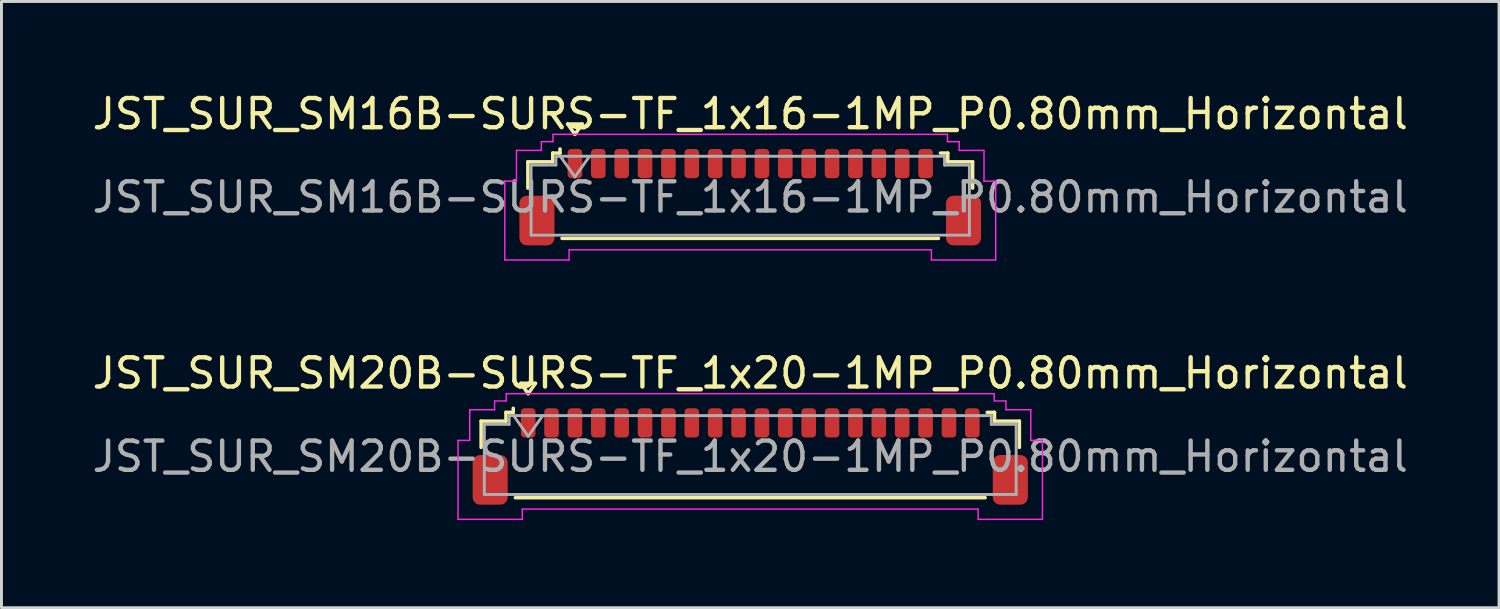
<source format=kicad_pcb>
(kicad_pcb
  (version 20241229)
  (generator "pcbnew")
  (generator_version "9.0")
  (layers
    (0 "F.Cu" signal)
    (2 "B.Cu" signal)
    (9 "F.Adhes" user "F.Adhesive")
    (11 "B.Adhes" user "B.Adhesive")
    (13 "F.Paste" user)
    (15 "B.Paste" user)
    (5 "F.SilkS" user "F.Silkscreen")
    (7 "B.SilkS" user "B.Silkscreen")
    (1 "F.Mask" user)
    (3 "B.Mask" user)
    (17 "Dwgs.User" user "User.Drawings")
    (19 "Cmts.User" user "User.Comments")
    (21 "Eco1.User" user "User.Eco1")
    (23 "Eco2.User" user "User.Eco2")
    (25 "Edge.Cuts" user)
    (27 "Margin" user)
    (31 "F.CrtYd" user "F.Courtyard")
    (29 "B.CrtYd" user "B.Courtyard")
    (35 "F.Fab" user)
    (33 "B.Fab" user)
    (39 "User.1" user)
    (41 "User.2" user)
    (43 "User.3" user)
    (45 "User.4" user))
  (footprint "JST_SUR_SM20B-SURS-TF_1x20-1MP_P0.80mm_Horizontal"
    (layer "F.Cu")
    (at 22.625 12.572)
    (property "Reference" "JST_SUR_SM20B-SURS-TF_1x20-1MP_P0.80mm_Horizontal" (at 0 -2.85 0) (layer "F.SilkS") (effects (font (size 1 1) (thickness 0.15))))
    (attr smd)
    (fp_line (start -9.21 -1.21) (end -8.36 -1.21) (stroke (width 0.12) (type solid)) (layer "F.SilkS"))
    (fp_line (start -9.21 -0.31) (end -9.21 -1.21) (stroke (width 0.12) (type solid)) (layer "F.SilkS"))
    (fp_line (start -8.36 -1.51) (end -8.11 -1.51) (stroke (width 0.12) (type solid)) (layer "F.SilkS"))
    (fp_line (start -8.36 -1.21) (end -8.36 -1.51) (stroke (width 0.12) (type solid)) (layer "F.SilkS"))
    (fp_line (start -8.11 -1.51) (end -8.11 -1.65) (stroke (width 0.12) (type solid)) (layer "F.SilkS"))
    (fp_line (start -8.04 1.41) (end 8.04 1.41) (stroke (width 0.12) (type solid)) (layer "F.SilkS"))
    (fp_line (start -7.85 -2.504) (end -7.6 -2.15) (stroke (width 0.12) (type solid)) (layer "F.SilkS"))
    (fp_line (start -7.6 -2.15) (end -7.35 -2.504) (stroke (width 0.12) (type solid)) (layer "F.SilkS"))
    (fp_line (start -7.35 -2.504) (end -7.85 -2.504) (stroke (width 0.12) (type solid)) (layer "F.SilkS"))
    (fp_line (start 8.36 -1.51) (end 8.11 -1.51) (stroke (width 0.12) (type solid)) (layer "F.SilkS"))
    (fp_line (start 8.36 -1.21) (end 8.36 -1.51) (stroke (width 0.12) (type solid)) (layer "F.SilkS"))
    (fp_line (start 9.21 -1.21) (end 8.36 -1.21) (stroke (width 0.12) (type solid)) (layer "F.SilkS"))
    (fp_line (start 9.21 -0.31) (end 9.21 -1.21) (stroke (width 0.12) (type solid)) (layer "F.SilkS"))
    (fp_line (start -10 -0.55) (end -9.6 -0.55) (stroke (width 0.05) (type solid)) (layer "F.CrtYd"))
    (fp_line (start -10 2.15) (end -10 -0.55) (stroke (width 0.05) (type solid)) (layer "F.CrtYd"))
    (fp_line (start -9.6 -1.6) (end -8.75 -1.6) (stroke (width 0.05) (type solid)) (layer "F.CrtYd"))
    (fp_line (start -9.6 -0.55) (end -9.6 -1.6) (stroke (width 0.05) (type solid)) (layer "F.CrtYd"))
    (fp_line (start -8.75 -1.9) (end -8.35 -1.9) (stroke (width 0.05) (type solid)) (layer "F.CrtYd"))
    (fp_line (start -8.75 -1.6) (end -8.75 -1.9) (stroke (width 0.05) (type solid)) (layer "F.CrtYd"))
    (fp_line (start -8.35 -2.15) (end 8.35 -2.15) (stroke (width 0.05) (type solid)) (layer "F.CrtYd"))
    (fp_line (start -8.35 -1.9) (end -8.35 -2.15) (stroke (width 0.05) (type solid)) (layer "F.CrtYd"))
    (fp_line (start -7.8 1.8) (end -7.8 2.15) (stroke (width 0.05) (type solid)) (layer "F.CrtYd"))
    (fp_line (start -7.8 2.15) (end -10 2.15) (stroke (width 0.05) (type solid)) (layer "F.CrtYd"))
    (fp_line (start 7.8 1.8) (end -7.8 1.8) (stroke (width 0.05) (type solid)) (layer "F.CrtYd"))
    (fp_line (start 7.8 2.15) (end 7.8 1.8) (stroke (width 0.05) (type solid)) (layer "F.CrtYd"))
    (fp_line (start 8.35 -2.15) (end 8.35 -1.9) (stroke (width 0.05) (type solid)) (layer "F.CrtYd"))
    (fp_line (start 8.35 -1.9) (end 8.75 -1.9) (stroke (width 0.05) (type solid)) (layer "F.CrtYd"))
    (fp_line (start 8.75 -1.9) (end 8.75 -1.6) (stroke (width 0.05) (type solid)) (layer "F.CrtYd"))
    (fp_line (start 8.75 -1.6) (end 9.6 -1.6) (stroke (width 0.05) (type solid)) (layer "F.CrtYd"))
    (fp_line (start 9.6 -1.6) (end 9.6 -0.55) (stroke (width 0.05) (type solid)) (layer "F.CrtYd"))
    (fp_line (start 9.6 -0.55) (end 10 -0.55) (stroke (width 0.05) (type solid)) (layer "F.CrtYd"))
    (fp_line (start 10 -0.55) (end 10 2.15) (stroke (width 0.05) (type solid)) (layer "F.CrtYd"))
    (fp_line (start 10 2.15) (end 7.8 2.15) (stroke (width 0.05) (type solid)) (layer "F.CrtYd"))
    (fp_line (start -9.1 -1.1) (end -9.1 1.3) (stroke (width 0.1) (type solid)) (layer "F.Fab"))
    (fp_line (start -9.1 -1.1) (end -8.25 -1.1) (stroke (width 0.1) (type solid)) (layer "F.Fab"))
    (fp_line (start -9.1 1.3) (end 9.1 1.3) (stroke (width 0.1) (type solid)) (layer "F.Fab"))
    (fp_line (start -8.25 -1.4) (end 8.25 -1.4) (stroke (width 0.1) (type solid)) (layer "F.Fab"))
    (fp_line (start -8.25 -1.1) (end -8.25 -1.4) (stroke (width 0.1) (type solid)) (layer "F.Fab"))
    (fp_line (start -8.1 -1.4) (end -7.6 -0.693) (stroke (width 0.1) (type solid)) (layer "F.Fab"))
    (fp_line (start -7.6 -0.693) (end -7.1 -1.4) (stroke (width 0.1) (type solid)) (layer "F.Fab"))
    (fp_line (start 8.25 -1.4) (end 8.25 -1.1) (stroke (width 0.1) (type solid)) (layer "F.Fab"))
    (fp_line (start 8.25 -1.1) (end 9.1 -1.1) (stroke (width 0.1) (type solid)) (layer "F.Fab"))
    (fp_line (start 9.1 -1.1) (end 9.1 1.3) (stroke (width 0.1) (type solid)) (layer "F.Fab"))
    (fp_text user "${REFERENCE}" (at 0 0 0) (layer "F.Fab") (effects (font (size 1 1) (thickness 0.15))))
    (pad "1" smd roundrect (at -7.6 -1.15) (size 0.5 1) (layers "F.Cu" "F.Mask" "F.Paste") (roundrect_rratio 0.25))
    (pad "2" smd roundrect (at -6.8 -1.15) (size 0.5 1) (layers "F.Cu" "F.Mask" "F.Paste") (roundrect_rratio 0.25))
    (pad "3" smd roundrect (at -6 -1.15) (size 0.5 1) (layers "F.Cu" "F.Mask" "F.Paste") (roundrect_rratio 0.25))
    (pad "4" smd roundrect (at -5.2 -1.15) (size 0.5 1) (layers "F.Cu" "F.Mask" "F.Paste") (roundrect_rratio 0.25))
    (pad "5" smd roundrect (at -4.4 -1.15) (size 0.5 1) (layers "F.Cu" "F.Mask" "F.Paste") (roundrect_rratio 0.25))
    (pad "6" smd roundrect (at -3.6 -1.15) (size 0.5 1) (layers "F.Cu" "F.Mask" "F.Paste") (roundrect_rratio 0.25))
    (pad "7" smd roundrect (at -2.8 -1.15) (size 0.5 1) (layers "F.Cu" "F.Mask" "F.Paste") (roundrect_rratio 0.25))
    (pad "8" smd roundrect (at -2 -1.15) (size 0.5 1) (layers "F.Cu" "F.Mask" "F.Paste") (roundrect_rratio 0.25))
    (pad "9" smd roundrect (at -1.2 -1.15) (size 0.5 1) (layers "F.Cu" "F.Mask" "F.Paste") (roundrect_rratio 0.25))
    (pad "10" smd roundrect (at -0.4 -1.15) (size 0.5 1) (layers "F.Cu" "F.Mask" "F.Paste") (roundrect_rratio 0.25))
    (pad "11" smd roundrect (at 0.4 -1.15) (size 0.5 1) (layers "F.Cu" "F.Mask" "F.Paste") (roundrect_rratio 0.25))
    (pad "12" smd roundrect (at 1.2 -1.15) (size 0.5 1) (layers "F.Cu" "F.Mask" "F.Paste") (roundrect_rratio 0.25))
    (pad "13" smd roundrect (at 2 -1.15) (size 0.5 1) (layers "F.Cu" "F.Mask" "F.Paste") (roundrect_rratio 0.25))
    (pad "14" smd roundrect (at 2.8 -1.15) (size 0.5 1) (layers "F.Cu" "F.Mask" "F.Paste") (roundrect_rratio 0.25))
    (pad "15" smd roundrect (at 3.6 -1.15) (size 0.5 1) (layers "F.Cu" "F.Mask" "F.Paste") (roundrect_rratio 0.25))
    (pad "16" smd roundrect (at 4.4 -1.15) (size 0.5 1) (layers "F.Cu" "F.Mask" "F.Paste") (roundrect_rratio 0.25))
    (pad "17" smd roundrect (at 5.2 -1.15) (size 0.5 1) (layers "F.Cu" "F.Mask" "F.Paste") (roundrect_rratio 0.25))
    (pad "18" smd roundrect (at 6 -1.15) (size 0.5 1) (layers "F.Cu" "F.Mask" "F.Paste") (roundrect_rratio 0.25))
    (pad "19" smd roundrect (at 6.8 -1.15) (size 0.5 1) (layers "F.Cu" "F.Mask" "F.Paste") (roundrect_rratio 0.25))
    (pad "20" smd roundrect (at 7.6 -1.15) (size 0.5 1) (layers "F.Cu" "F.Mask" "F.Paste") (roundrect_rratio 0.25))
    (pad "MP" smd roundrect (at -8.9 0.8) (size 1.2 1.7) (layers "F.Cu" "F.Mask" "F.Paste") (roundrect_rratio 0.208))
    (pad "MP" smd roundrect (at 8.9 0.8) (size 1.2 1.7) (layers "F.Cu" "F.Mask" "F.Paste") (roundrect_rratio 0.208)))
  (footprint "JST_SUR_SM16B-SURS-TF_1x16-1MP_P0.80mm_Horizontal"
    (layer "F.Cu")
    (at 22.625 3.698)
    (property "Reference" "JST_SUR_SM16B-SURS-TF_1x16-1MP_P0.80mm_Horizontal" (at 0 -2.85 0) (layer "F.SilkS") (effects (font (size 1 1) (thickness 0.15))))
    (attr smd)
    (fp_line (start -7.61 -1.21) (end -6.76 -1.21) (stroke (width 0.12) (type solid)) (layer "F.SilkS"))
    (fp_line (start -7.61 -0.31) (end -7.61 -1.21) (stroke (width 0.12) (type solid)) (layer "F.SilkS"))
    (fp_line (start -6.76 -1.51) (end -6.51 -1.51) (stroke (width 0.12) (type solid)) (layer "F.SilkS"))
    (fp_line (start -6.76 -1.21) (end -6.76 -1.51) (stroke (width 0.12) (type solid)) (layer "F.SilkS"))
    (fp_line (start -6.51 -1.51) (end -6.51 -1.65) (stroke (width 0.12) (type solid)) (layer "F.SilkS"))
    (fp_line (start -6.44 1.41) (end 6.44 1.41) (stroke (width 0.12) (type solid)) (layer "F.SilkS"))
    (fp_line (start -6.25 -2.504) (end -6 -2.15) (stroke (width 0.12) (type solid)) (layer "F.SilkS"))
    (fp_line (start -6 -2.15) (end -5.75 -2.504) (stroke (width 0.12) (type solid)) (layer "F.SilkS"))
    (fp_line (start -5.75 -2.504) (end -6.25 -2.504) (stroke (width 0.12) (type solid)) (layer "F.SilkS"))
    (fp_line (start 6.76 -1.51) (end 6.51 -1.51) (stroke (width 0.12) (type solid)) (layer "F.SilkS"))
    (fp_line (start 6.76 -1.21) (end 6.76 -1.51) (stroke (width 0.12) (type solid)) (layer "F.SilkS"))
    (fp_line (start 7.61 -1.21) (end 6.76 -1.21) (stroke (width 0.12) (type solid)) (layer "F.SilkS"))
    (fp_line (start 7.61 -0.31) (end 7.61 -1.21) (stroke (width 0.12) (type solid)) (layer "F.SilkS"))
    (fp_line (start -8.4 -0.55) (end -8 -0.55) (stroke (width 0.05) (type solid)) (layer "F.CrtYd"))
    (fp_line (start -8.4 2.15) (end -8.4 -0.55) (stroke (width 0.05) (type solid)) (layer "F.CrtYd"))
    (fp_line (start -8 -1.6) (end -7.15 -1.6) (stroke (width 0.05) (type solid)) (layer "F.CrtYd"))
    (fp_line (start -8 -0.55) (end -8 -1.6) (stroke (width 0.05) (type solid)) (layer "F.CrtYd"))
    (fp_line (start -7.15 -1.9) (end -6.75 -1.9) (stroke (width 0.05) (type solid)) (layer "F.CrtYd"))
    (fp_line (start -7.15 -1.6) (end -7.15 -1.9) (stroke (width 0.05) (type solid)) (layer "F.CrtYd"))
    (fp_line (start -6.75 -2.15) (end 6.75 -2.15) (stroke (width 0.05) (type solid)) (layer "F.CrtYd"))
    (fp_line (start -6.75 -1.9) (end -6.75 -2.15) (stroke (width 0.05) (type solid)) (layer "F.CrtYd"))
    (fp_line (start -6.2 1.8) (end -6.2 2.15) (stroke (width 0.05) (type solid)) (layer "F.CrtYd"))
    (fp_line (start -6.2 2.15) (end -8.4 2.15) (stroke (width 0.05) (type solid)) (layer "F.CrtYd"))
    (fp_line (start 6.2 1.8) (end -6.2 1.8) (stroke (width 0.05) (type solid)) (layer "F.CrtYd"))
    (fp_line (start 6.2 2.15) (end 6.2 1.8) (stroke (width 0.05) (type solid)) (layer "F.CrtYd"))
    (fp_line (start 6.75 -2.15) (end 6.75 -1.9) (stroke (width 0.05) (type solid)) (layer "F.CrtYd"))
    (fp_line (start 6.75 -1.9) (end 7.15 -1.9) (stroke (width 0.05) (type solid)) (layer "F.CrtYd"))
    (fp_line (start 7.15 -1.9) (end 7.15 -1.6) (stroke (width 0.05) (type solid)) (layer "F.CrtYd"))
    (fp_line (start 7.15 -1.6) (end 8 -1.6) (stroke (width 0.05) (type solid)) (layer "F.CrtYd"))
    (fp_line (start 8 -1.6) (end 8 -0.55) (stroke (width 0.05) (type solid)) (layer "F.CrtYd"))
    (fp_line (start 8 -0.55) (end 8.4 -0.55) (stroke (width 0.05) (type solid)) (layer "F.CrtYd"))
    (fp_line (start 8.4 -0.55) (end 8.4 2.15) (stroke (width 0.05) (type solid)) (layer "F.CrtYd"))
    (fp_line (start 8.4 2.15) (end 6.2 2.15) (stroke (width 0.05) (type solid)) (layer "F.CrtYd"))
    (fp_line (start -7.5 -1.1) (end -7.5 1.3) (stroke (width 0.1) (type solid)) (layer "F.Fab"))
    (fp_line (start -7.5 -1.1) (end -6.65 -1.1) (stroke (width 0.1) (type solid)) (layer "F.Fab"))
    (fp_line (start -7.5 1.3) (end 7.5 1.3) (stroke (width 0.1) (type solid)) (layer "F.Fab"))
    (fp_line (start -6.65 -1.4) (end 6.65 -1.4) (stroke (width 0.1) (type solid)) (layer "F.Fab"))
    (fp_line (start -6.65 -1.1) (end -6.65 -1.4) (stroke (width 0.1) (type solid)) (layer "F.Fab"))
    (fp_line (start -6.5 -1.4) (end -6 -0.693) (stroke (width 0.1) (type solid)) (layer "F.Fab"))
    (fp_line (start -6 -0.693) (end -5.5 -1.4) (stroke (width 0.1) (type solid)) (layer "F.Fab"))
    (fp_line (start 6.65 -1.4) (end 6.65 -1.1) (stroke (width 0.1) (type solid)) (layer "F.Fab"))
    (fp_line (start 6.65 -1.1) (end 7.5 -1.1) (stroke (width 0.1) (type solid)) (layer "F.Fab"))
    (fp_line (start 7.5 -1.1) (end 7.5 1.3) (stroke (width 0.1) (type solid)) (layer "F.Fab"))
    (fp_text user "${REFERENCE}" (at 0 0 0) (layer "F.Fab") (effects (font (size 1 1) (thickness 0.15))))
    (pad "1" smd roundrect (at -6 -1.15) (size 0.5 1) (layers "F.Cu" "F.Mask" "F.Paste") (roundrect_rratio 0.25))
    (pad "2" smd roundrect (at -5.2 -1.15) (size 0.5 1) (layers "F.Cu" "F.Mask" "F.Paste") (roundrect_rratio 0.25))
    (pad "3" smd roundrect (at -4.4 -1.15) (size 0.5 1) (layers "F.Cu" "F.Mask" "F.Paste") (roundrect_rratio 0.25))
    (pad "4" smd roundrect (at -3.6 -1.15) (size 0.5 1) (layers "F.Cu" "F.Mask" "F.Paste") (roundrect_rratio 0.25))
    (pad "5" smd roundrect (at -2.8 -1.15) (size 0.5 1) (layers "F.Cu" "F.Mask" "F.Paste") (roundrect_rratio 0.25))
    (pad "6" smd roundrect (at -2 -1.15) (size 0.5 1) (layers "F.Cu" "F.Mask" "F.Paste") (roundrect_rratio 0.25))
    (pad "7" smd roundrect (at -1.2 -1.15) (size 0.5 1) (layers "F.Cu" "F.Mask" "F.Paste") (roundrect_rratio 0.25))
    (pad "8" smd roundrect (at -0.4 -1.15) (size 0.5 1) (layers "F.Cu" "F.Mask" "F.Paste") (roundrect_rratio 0.25))
    (pad "9" smd roundrect (at 0.4 -1.15) (size 0.5 1) (layers "F.Cu" "F.Mask" "F.Paste") (roundrect_rratio 0.25))
    (pad "10" smd roundrect (at 1.2 -1.15) (size 0.5 1) (layers "F.Cu" "F.Mask" "F.Paste") (roundrect_rratio 0.25))
    (pad "11" smd roundrect (at 2 -1.15) (size 0.5 1) (layers "F.Cu" "F.Mask" "F.Paste") (roundrect_rratio 0.25))
    (pad "12" smd roundrect (at 2.8 -1.15) (size 0.5 1) (layers "F.Cu" "F.Mask" "F.Paste") (roundrect_rratio 0.25))
    (pad "13" smd roundrect (at 3.6 -1.15) (size 0.5 1) (layers "F.Cu" "F.Mask" "F.Paste") (roundrect_rratio 0.25))
    (pad "14" smd roundrect (at 4.4 -1.15) (size 0.5 1) (layers "F.Cu" "F.Mask" "F.Paste") (roundrect_rratio 0.25))
    (pad "15" smd roundrect (at 5.2 -1.15) (size 0.5 1) (layers "F.Cu" "F.Mask" "F.Paste") (roundrect_rratio 0.25))
    (pad "16" smd roundrect (at 6 -1.15) (size 0.5 1) (layers "F.Cu" "F.Mask" "F.Paste") (roundrect_rratio 0.25))
    (pad "MP" smd roundrect (at -7.3 0.8) (size 1.2 1.7) (layers "F.Cu" "F.Mask" "F.Paste") (roundrect_rratio 0.208))
    (pad "MP" smd roundrect (at 7.3 0.8) (size 1.2 1.7) (layers "F.Cu" "F.Mask" "F.Paste") (roundrect_rratio 0.208)))
  (gr_rect
    (start -3 -3)
    (end 48.25 17.747)
    (stroke (width 0.1) (type default))
    (fill no)
    (layer "Edge.Cuts")))
</source>
